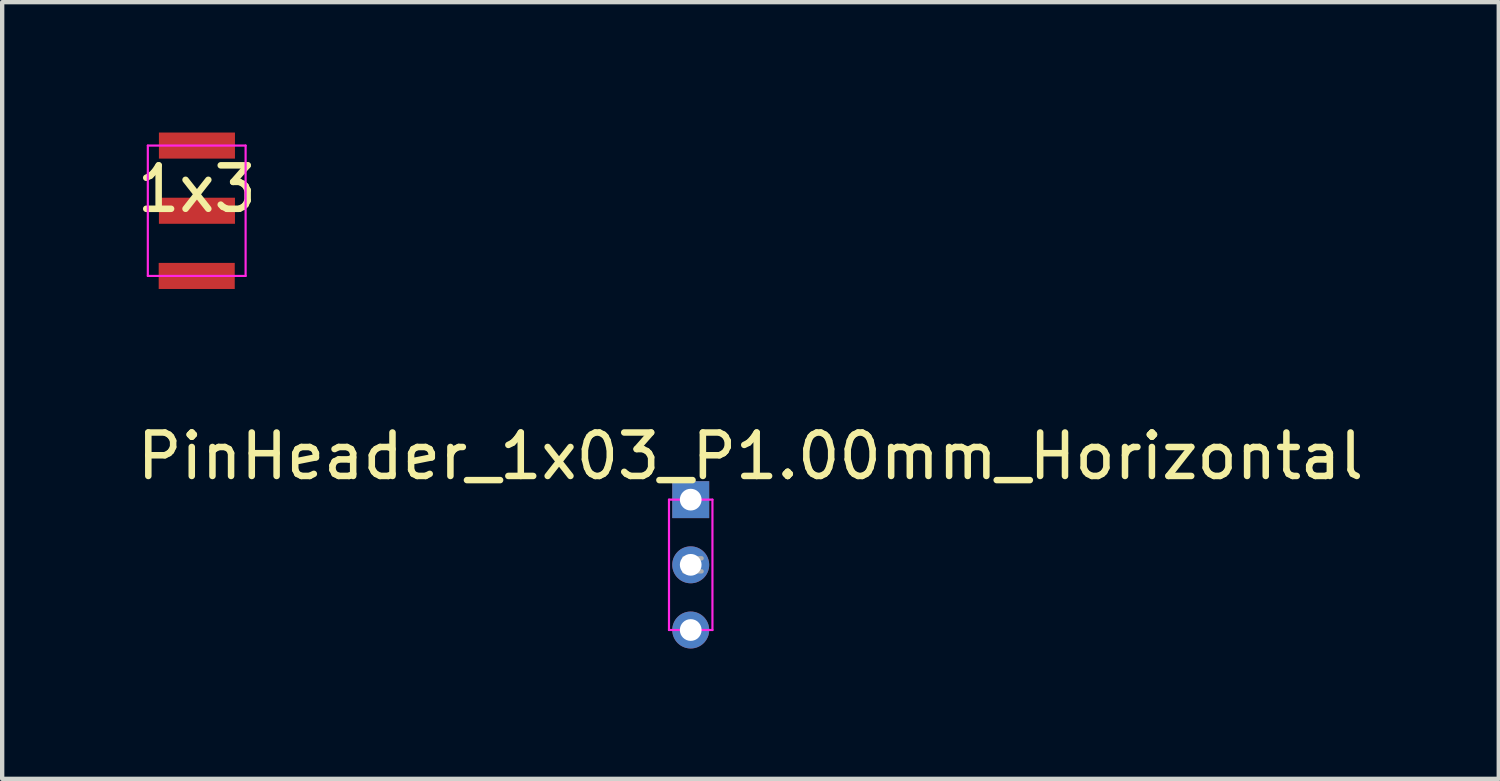
<source format=kicad_pcb>
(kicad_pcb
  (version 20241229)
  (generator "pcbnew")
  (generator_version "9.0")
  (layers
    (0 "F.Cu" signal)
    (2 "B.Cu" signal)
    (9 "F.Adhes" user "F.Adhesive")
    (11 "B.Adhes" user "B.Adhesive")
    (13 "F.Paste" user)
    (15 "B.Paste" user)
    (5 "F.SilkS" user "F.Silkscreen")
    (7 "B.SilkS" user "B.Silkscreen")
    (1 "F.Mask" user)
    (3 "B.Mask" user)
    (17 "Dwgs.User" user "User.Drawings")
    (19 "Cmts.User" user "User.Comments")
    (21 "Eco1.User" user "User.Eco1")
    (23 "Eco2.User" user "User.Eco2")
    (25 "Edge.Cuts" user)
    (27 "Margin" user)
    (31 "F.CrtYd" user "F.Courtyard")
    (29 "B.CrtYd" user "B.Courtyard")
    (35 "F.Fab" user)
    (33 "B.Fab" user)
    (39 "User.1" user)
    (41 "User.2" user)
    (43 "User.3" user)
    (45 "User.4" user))
  (footprint "PinHeader_1x03_P1.00mm_Horizontal"
    (layer "F.Cu")
    (at 12.845 8.948)
    (property "Reference" "PinHeader_1x03_P1.00mm_Horizontal" (at 1.375 -1.5 0) (layer "F.SilkS") (effects (font (size 1 1) (thickness 0.15))))
    (attr through_hole)
    (fp_line (start -0.5 -0.5) (end -0.5 2.5) (stroke (width 0.05) (type solid)) (layer "F.CrtYd"))
    (fp_line (start -0.5 2.5) (end 0.5 2.5) (stroke (width 0.05) (type solid)) (layer "F.CrtYd"))
    (fp_line (start 0.5 -0.5) (end -0.5 -0.5) (stroke (width 0.05) (type solid)) (layer "F.CrtYd"))
    (fp_line (start 0.5 2.5) (end 0.5 -0.5) (stroke (width 0.05) (type solid)) (layer "F.CrtYd"))
    (fp_line (start -0.15 0.85) (end -0.15 1.15) (stroke (width 0.1) (type solid)) (layer "F.Fab"))
    (fp_line (start -0.15 0.85) (end 0.25 0.85) (stroke (width 0.1) (type solid)) (layer "F.Fab"))
    (fp_line (start -0.15 1.15) (end 0.25 1.15) (stroke (width 0.1) (type solid)) (layer "F.Fab"))
    (pad "1" thru_hole rect (at 0 -0.5) (size 0.85 0.85) (drill 0.5) (layers "*.Cu" "*.Mask"))
    (pad "2" thru_hole oval (at 0 1) (size 0.85 0.85) (drill 0.5) (layers "*.Cu" "*.Mask"))
    (pad "3" thru_hole oval (at 0 2.5) (size 0.85 0.85) (drill 0.5) (layers "*.Cu" "*.Mask")))
  (footprint "1x3"
    (layer "F.Cu")
    (at 1.482 1.8)
    (property "Reference" "1x3" (at 0 -0.5 0) (unlocked yes) (layer "F.SilkS") (effects (font (size 1 1) (thickness 0.15))))
    (fp_line (start -1.13 -1.5) (end -1.13 1.5) (stroke (width 0.05) (type solid)) (layer "F.CrtYd"))
    (fp_line (start -1.13 1.5) (end 1.12 1.5) (stroke (width 0.05) (type solid)) (layer "F.CrtYd"))
    (fp_line (start 1.12 -1.5) (end -1.13 -1.5) (stroke (width 0.05) (type solid)) (layer "F.CrtYd"))
    (fp_line (start 1.12 1.5) (end 1.12 -1.5) (stroke (width 0.05) (type solid)) (layer "F.CrtYd"))
    (pad "1" smd rect (at 0 -1.5) (size 1.75 0.6) (layers "F.Cu" "F.Mask" "F.Paste"))
    (pad "2" smd rect (at 0 0) (size 1.75 0.6) (layers "F.Cu" "F.Mask" "F.Paste"))
    (pad "3" smd rect (at -0.005 1.5) (size 1.75 0.6) (layers "F.Cu" "F.Mask" "F.Paste")))
  (gr_rect
    (start -3 -3)
    (end 31.44 14.873)
    (stroke (width 0.1) (type default))
    (fill no)
    (layer "Edge.Cuts")))
</source>
